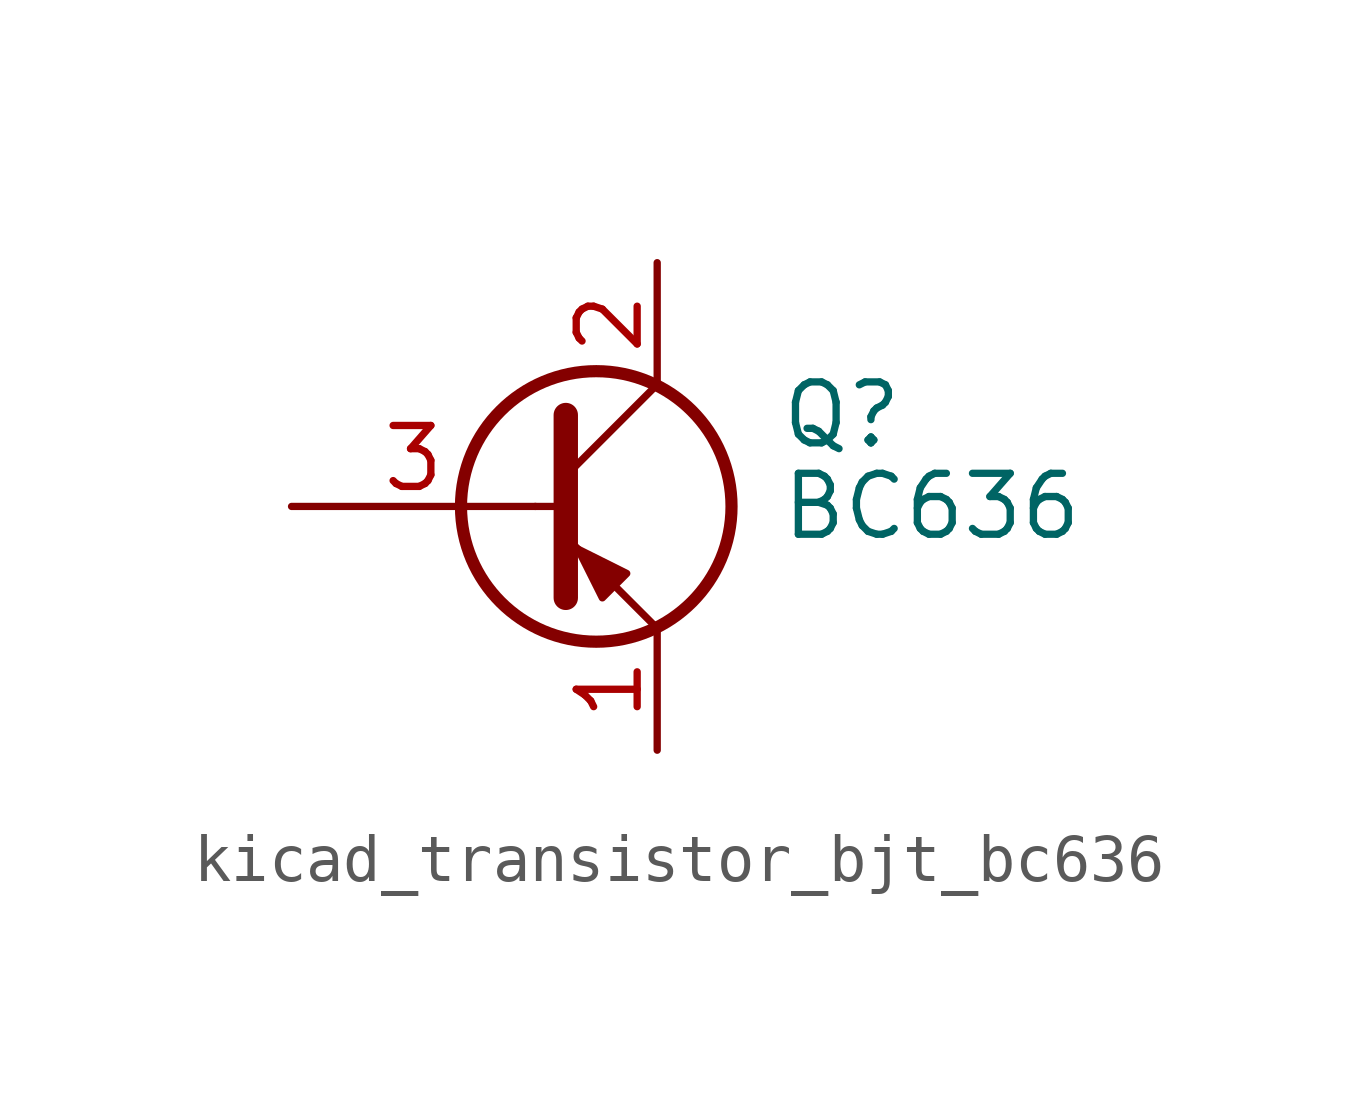
<source format=kicad_sym>
(kicad_symbol_lib
  (version 20220914)
  (generator kicad_symbol_editor)
  (symbol "kicad_transistor_bjt_bc636"
    (pin_names
      (offset 0) hide)
    (property "Reference" "Q"
      (at 5.08 1.905 0)
      (effects (font (size 1.27 1.27)) (justify left)))
    (property "Value" "BC636"
      (at 5.08 0 0)
      (effects (font (size 1.27 1.27)) (justify left)))
    (symbol "kicad_transistor_bjt_bc636_0_1"
      (polyline (pts (xy 0 0) (xy 0.635 0)) (stroke (width 0) (type default)) (fill (type none)))
      (polyline (pts (xy 2.54 -2.54) (xy 0.635 -0.635)) (stroke (width 0) (type default)) (fill (type none)))
      (polyline (pts (xy 2.54 2.54) (xy 0.635 0.635)) (stroke (width 0) (type default)) (fill (type none)))
      (polyline (pts (xy 0.635 1.905) (xy 0.635 -1.905) (xy 0.635 -1.905)) (stroke (width 0.508) (type default)) (fill (type outline)))
      (polyline (pts (xy 1.397 -1.905) (xy 1.905 -1.397) (xy 0.889 -0.889) (xy 1.397 -1.905) (xy 1.397 -1.905)) (stroke (width 0) (type default)) (fill (type outline)))
      (circle (center 1.27 0) (radius 2.819) (stroke (width 0.254) (type default)) (fill (type none))))
    (symbol "kicad_transistor_bjt_bc636_1_1"
      (pin passive line (at 2.54 -5.08 90) (length 2.54) (name "E" (effects (font (size 1.27 1.27)))) (number "1" (effects (font (size 1.27 1.27)))))
      (pin passive line (at 2.54 5.08 270) (length 2.54) (name "C" (effects (font (size 1.27 1.27)))) (number "2" (effects (font (size 1.27 1.27)))))
      (pin input line (at -5.08 0 0) (length 5.08) (name "B" (effects (font (size 1.27 1.27)))) (number "3" (effects (font (size 1.27 1.27))))))))
</source>
